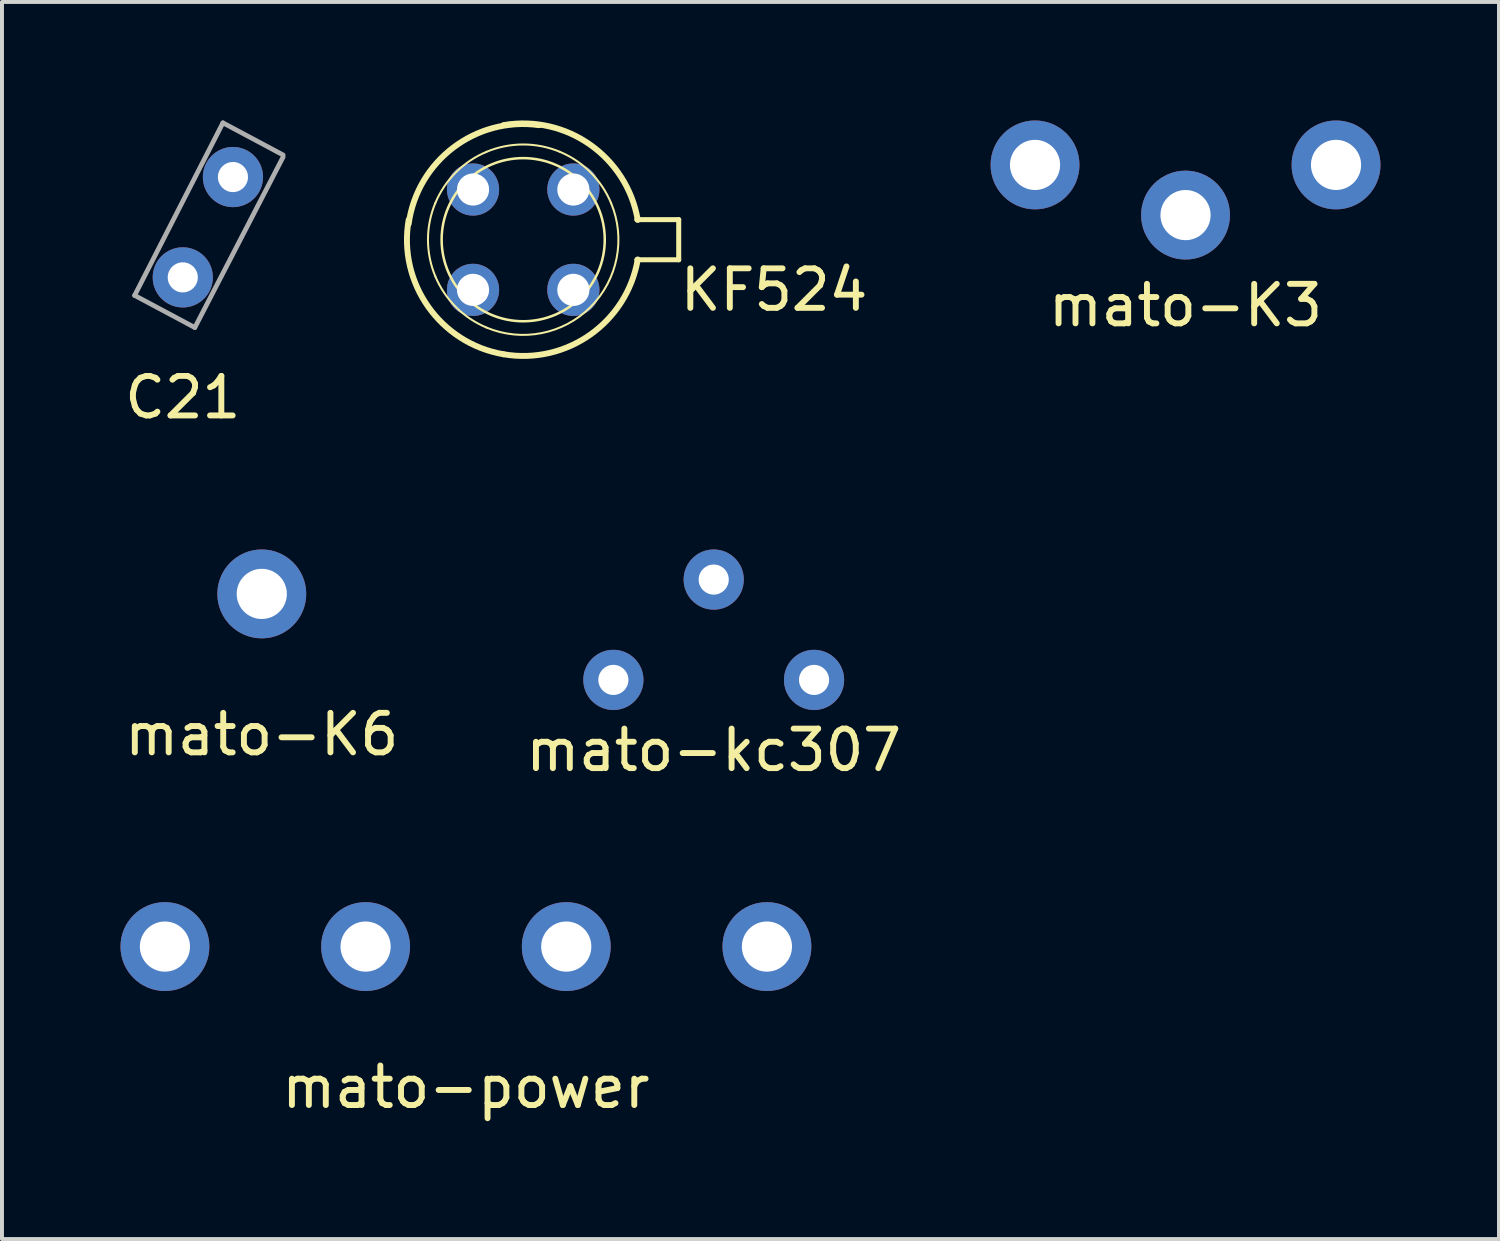
<source format=kicad_pcb>
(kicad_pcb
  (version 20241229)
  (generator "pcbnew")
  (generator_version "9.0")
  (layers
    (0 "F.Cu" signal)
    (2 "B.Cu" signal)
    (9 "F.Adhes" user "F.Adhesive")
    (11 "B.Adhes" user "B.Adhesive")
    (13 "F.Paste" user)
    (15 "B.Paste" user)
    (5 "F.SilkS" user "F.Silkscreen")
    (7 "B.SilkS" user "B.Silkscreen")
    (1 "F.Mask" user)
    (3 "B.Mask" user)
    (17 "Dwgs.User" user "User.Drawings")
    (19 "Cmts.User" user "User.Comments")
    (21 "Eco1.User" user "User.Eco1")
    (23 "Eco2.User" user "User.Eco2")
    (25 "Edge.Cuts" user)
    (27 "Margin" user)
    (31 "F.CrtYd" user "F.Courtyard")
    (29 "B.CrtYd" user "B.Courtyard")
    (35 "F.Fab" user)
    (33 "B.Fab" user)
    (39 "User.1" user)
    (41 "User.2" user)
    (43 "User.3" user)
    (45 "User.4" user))
  (footprint "mato-K3"
    (layer "F.Cu")
    (at 26.962 1.125)
    (property "Reference" "mato-K3" (at 0 3.556 0) (layer "F.SilkS") (effects (font (size 1 1) (thickness 0.15))))
    (attr through_hole)
    (pad "1" thru_hole circle (at -3.81 0) (size 2.25 2.25) (drill 1.27) (layers "*.Cu" "*.Mask"))
    (pad "2" thru_hole circle (at 3.81 0) (size 2.25 2.25) (drill 1.27) (layers "*.Cu" "*.Mask"))
    (pad "3" thru_hole circle (at 0 1.27) (size 2.25 2.25) (drill 1.27) (layers "*.Cu" "*.Mask")))
  (footprint "mato-kc307"
    (layer "F.Cu")
    (at 15.018 14.162)
    (property "Reference" "mato-kc307" (at 0 1.778 0) (layer "F.SilkS") (effects (font (size 1 1) (thickness 0.15))))
    (attr through_hole)
    (pad "1" thru_hole circle (at -2.54 0) (size 1.524 1.524) (drill 0.762) (layers "*.Cu" "*.Mask"))
    (pad "2" thru_hole circle (at 0 -2.54) (size 1.524 1.524) (drill 0.762) (layers "*.Cu" "*.Mask"))
    (pad "3" thru_hole circle (at 2.54 0) (size 1.524 1.524) (drill 0.762) (layers "*.Cu" "*.Mask")))
  (footprint "mato-power"
    (layer "F.Cu")
    (at 8.745 20.913)
    (property "Reference" "mato-power" (at 0 3.556 0) (layer "F.SilkS") (effects (font (size 1 1) (thickness 0.15))))
    (attr through_hole)
    (pad "1" thru_hole circle (at -7.62 0) (size 2.25 2.25) (drill 1.27) (layers "*.Cu" "*.Mask"))
    (pad "2" thru_hole circle (at -2.54 0) (size 2.25 2.25) (drill 1.27) (layers "*.Cu" "*.Mask"))
    (pad "3" thru_hole circle (at 2.54 0) (size 2.25 2.25) (drill 1.27) (layers "*.Cu" "*.Mask"))
    (pad "4" thru_hole circle (at 7.62 0) (size 2.25 2.25) (drill 1.27) (layers "*.Cu" "*.Mask")))
  (footprint "mato-K6"
    (layer "F.Cu")
    (at 3.577 11.985)
    (property "Reference" "mato-K6" (at 0 3.556 0) (layer "F.SilkS") (effects (font (size 1 1) (thickness 0.15))))
    (attr through_hole)
    (pad "1" thru_hole circle (at 0 0) (size 2.25 2.25) (drill 1.27) (layers "*.Cu" "*.Mask")))
  (footprint "C21"
    (layer "F.Cu")
    (at 1.577 3.972)
    (property "Reference" "C21" (at 0 3.04 0) (layer "F.SilkS") (effects (font (size 1 1) (thickness 0.15))))
    (attr through_hole)
    (fp_line (start -1.219 0.457) (end 0.305 1.27) (stroke (width 0.12) (type solid)) (layer "F.Fab"))
    (fp_line (start 0.305 1.27) (end 2.54 -3.048) (stroke (width 0.12) (type solid)) (layer "F.Fab"))
    (fp_line (start 1.016 -3.912) (end -1.219 0.457) (stroke (width 0.12) (type solid)) (layer "F.Fab"))
    (fp_line (start 2.54 -3.099) (end 1.016 -3.912) (stroke (width 0.12) (type solid)) (layer "F.Fab"))
    (pad "1" thru_hole circle (at 0 0) (size 1.524 1.524) (drill 0.762) (layers "*.Cu" "*.Mask"))
    (pad "2" thru_hole circle (at 1.27 -2.54) (size 1.524 1.524) (drill 0.762) (layers "*.Cu" "*.Mask")))
  (footprint "KF524"
    (layer "F.Cu")
    (at 10.195 3.018)
    (property "Reference" "KF524" (at 6.35 1.27 0) (layer "F.SilkS") (effects (font (size 1 1) (thickness 0.15))))
    (attr through_hole)
    (fp_line (start 3.937 -0.508) (end 2.875 -0.508) (stroke (width 0.127) (type solid)) (layer "F.SilkS"))
    (fp_line (start 3.937 -0.508) (end 3.937 0.508) (stroke (width 0.127) (type solid)) (layer "F.SilkS"))
    (fp_line (start 3.937 0.508) (end 2.875 0.508) (stroke (width 0.127) (type solid)) (layer "F.SilkS"))
    (fp_arc (start -2.9 -0.4) (mid -1.767767 -2.333452) (end 0.4 -2.9) (stroke (width 0.15) (type solid)) (layer "F.SilkS"))
    (fp_arc (start -2.22504 -0.9271) (mid -1.705349 -1.703556) (end -0.92944 -2.224064) (stroke (width 0.0508) (type solid)) (layer "F.SilkS"))
    (fp_arc (start -2.22504 0.9271) (mid -2.41046 0.000836) (end -2.225682 -0.925557) (stroke (width 0.0508) (type solid)) (layer "F.SilkS"))
    (fp_arc (start -0.9271 -2.22504) (mid -0.000836 -2.41046) (end 0.925557 -2.225682) (stroke (width 0.0508) (type solid)) (layer "F.SilkS"))
    (fp_arc (start -0.9271 2.22504) (mid -1.703556 1.705349) (end -2.224064 0.92944) (stroke (width 0.0508) (type solid)) (layer "F.SilkS"))
    (fp_arc (start -0.5 -2.9) (mid 1.697056 -2.404163) (end 2.9 -0.5) (stroke (width 0.15) (type solid)) (layer "F.SilkS"))
    (fp_arc (start -0.5 2.9) (mid -2.404163 1.697056) (end -2.9 -0.5) (stroke (width 0.15) (type solid)) (layer "F.SilkS"))
    (fp_arc (start 0.9271 -2.22504) (mid 1.703556 -1.705349) (end 2.224064 -0.92944) (stroke (width 0.0508) (type solid)) (layer "F.SilkS"))
    (fp_arc (start 2.22504 -0.9271) (mid 1.705043 1.703862) (end -0.925557 2.225682) (stroke (width 0.0508) (type solid)) (layer "F.SilkS"))
    (fp_arc (start 2.9 0.5) (mid 1.697056 2.404163) (end -0.5 2.9) (stroke (width 0.15) (type solid)) (layer "F.SilkS"))
    (fp_circle (center 0 0) (end 1.46 -1.46) (stroke (width 0.064) (type solid)) (fill no) (layer "F.SilkS"))
    (pad "" thru_hole circle (at 1.27 1.27 180) (size 1.321 1.321) (drill 0.813) (layers "*.Cu" "*.Mask"))
    (pad "1" thru_hole circle (at -1.27 -1.27 180) (size 1.321 1.321) (drill 0.813) (layers "*.Cu" "*.Mask"))
    (pad "2" thru_hole circle (at 1.27 -1.27 180) (size 1.321 1.321) (drill 0.813) (layers "*.Cu" "*.Mask"))
    (pad "3" thru_hole circle (at -1.27 1.27 180) (size 1.321 1.321) (drill 0.813) (layers "*.Cu" "*.Mask")))
  (gr_rect
    (start -3 -3)
    (end 34.897 28.317)
    (stroke (width 0.1) (type default))
    (fill no)
    (layer "Edge.Cuts")))
</source>
